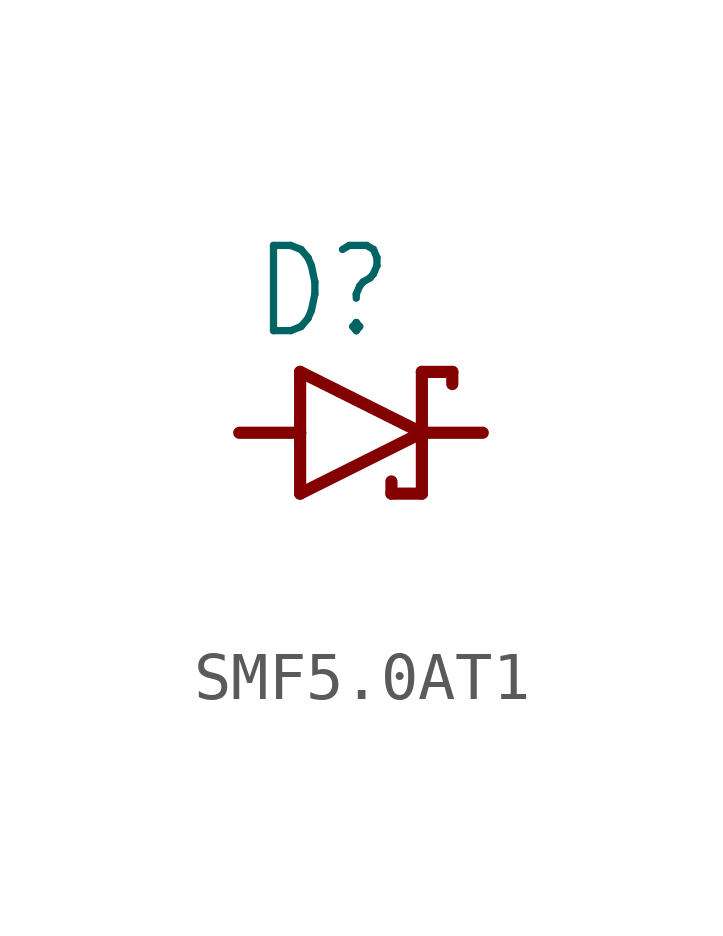
<source format=kicad_sym>
(kicad_symbol_lib
  (version 20241209)
  (generator "kicad_symbol_editor")
  (generator_version "9.0")
  (symbol "SMF5.0AT1"
    (property "Reference" "D"
      (at -2.286 1.905 0)
      (effects (font (size 1.778 1.511)) (justify left bottom)))
    (property "Value" ""
      (at -2.286 -3.429 0)
      (effects (font (size 1.778 1.511)) (justify left bottom)))
    (property "ki_locked" ""
      (at 0 0 0)
      (effects (font (size 1.27 1.27))))
    (symbol "SMF5.0AT1_1_0"
      (polyline (pts (xy -1.27 1.27) (xy -1.27 0)) (stroke (width 0.254) (type solid)) (fill (type none)))
      (polyline (pts (xy -1.27 0) (xy -2.54 0)) (stroke (width 0.254) (type solid)) (fill (type none)))
      (polyline (pts (xy -1.27 0) (xy -1.27 -1.27)) (stroke (width 0.254) (type solid)) (fill (type none)))
      (polyline (pts (xy -1.27 -1.27) (xy 1.27 0)) (stroke (width 0.254) (type solid)) (fill (type none)))
      (polyline (pts (xy 0.635 -1.016) (xy 0.635 -1.27)) (stroke (width 0.254) (type solid)) (fill (type none)))
      (polyline (pts (xy 1.27 1.27) (xy 1.27 0)) (stroke (width 0.254) (type solid)) (fill (type none)))
      (polyline (pts (xy 1.27 0) (xy -1.27 1.27)) (stroke (width 0.254) (type solid)) (fill (type none)))
      (polyline (pts (xy 1.27 0) (xy 1.27 -1.27)) (stroke (width 0.254) (type solid)) (fill (type none)))
      (polyline (pts (xy 1.27 0) (xy 2.54 0)) (stroke (width 0.254) (type solid)) (fill (type none)))
      (polyline (pts (xy 1.27 -1.27) (xy 0.635 -1.27)) (stroke (width 0.254) (type solid)) (fill (type none)))
      (polyline (pts (xy 1.905 1.27) (xy 1.27 1.27)) (stroke (width 0.254) (type solid)) (fill (type none)))
      (polyline (pts (xy 1.905 1.27) (xy 1.905 1.016)) (stroke (width 0.254) (type solid)) (fill (type none)))
      (pin passive line (at -2.54 0 0) (length 0) (name "A" (effects (font (size 0 0)))) (number "A" (effects (font (size 0 0)))))
      (pin passive line (at 2.54 0 180) (length 0) (name "C" (effects (font (size 0 0)))) (number "C" (effects (font (size 0 0))))))))
</source>
